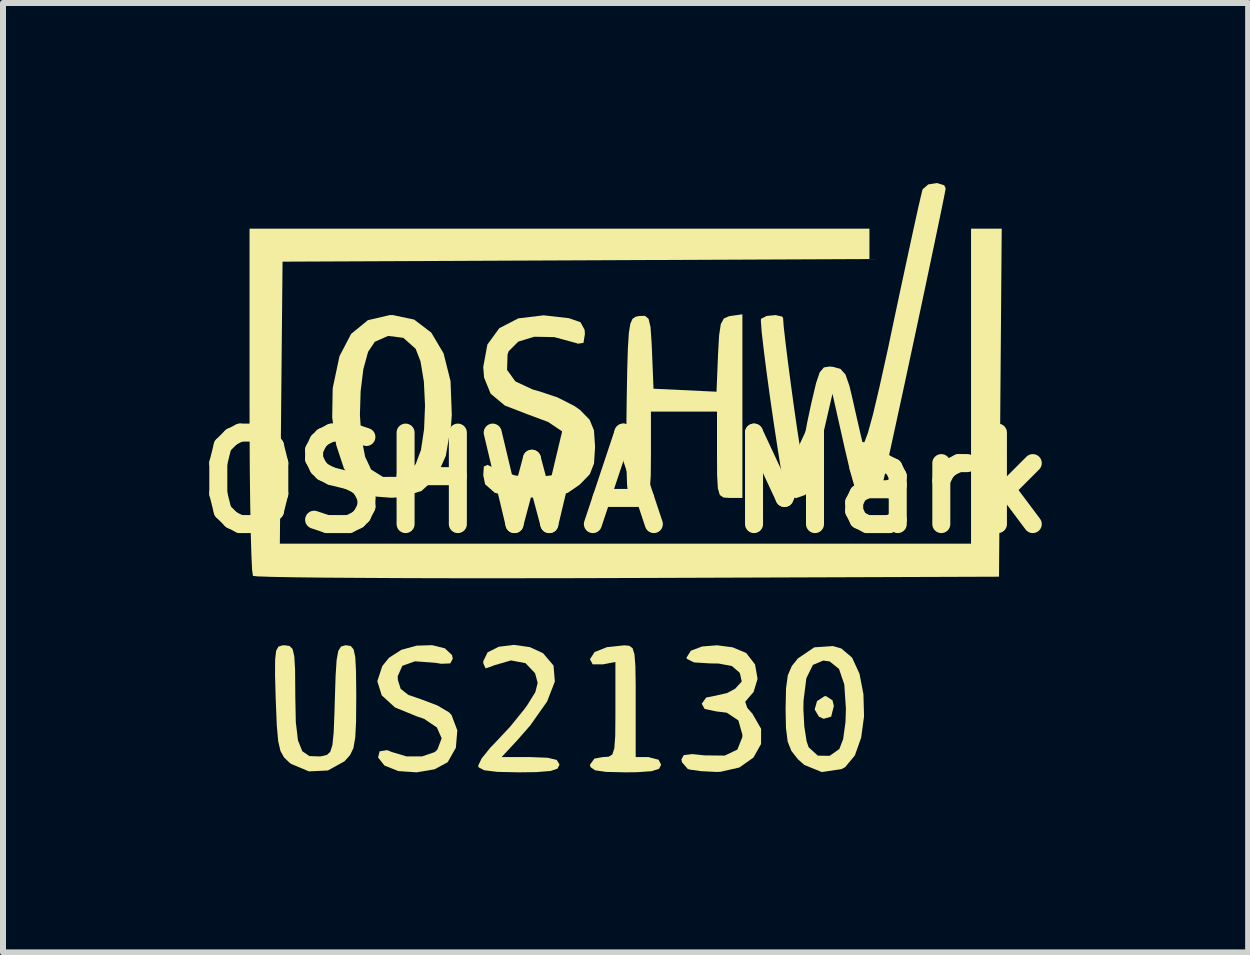
<source format=kicad_pcb>
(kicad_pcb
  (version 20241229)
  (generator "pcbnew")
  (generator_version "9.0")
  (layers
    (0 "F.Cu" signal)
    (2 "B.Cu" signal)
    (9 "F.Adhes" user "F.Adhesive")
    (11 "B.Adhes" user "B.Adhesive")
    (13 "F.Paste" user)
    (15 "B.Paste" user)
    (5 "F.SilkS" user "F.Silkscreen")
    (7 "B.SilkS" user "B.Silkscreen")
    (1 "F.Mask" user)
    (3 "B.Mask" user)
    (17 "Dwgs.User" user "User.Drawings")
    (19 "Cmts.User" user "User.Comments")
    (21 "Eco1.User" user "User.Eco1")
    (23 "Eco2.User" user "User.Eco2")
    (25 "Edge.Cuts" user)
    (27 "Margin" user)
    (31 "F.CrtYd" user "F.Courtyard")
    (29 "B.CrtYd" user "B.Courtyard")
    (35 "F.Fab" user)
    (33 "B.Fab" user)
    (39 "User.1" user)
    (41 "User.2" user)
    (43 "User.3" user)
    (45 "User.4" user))
  (footprint "OSHWA Mark"
    (layer "F.Cu")
    (at 7.373 4.993)
    (property "Reference" "OSHWA Mark" (at 0 0 0) (layer "F.SilkS") (effects (font (size 1.524 1.524) (thickness 0.3))))
    (attr board_only exclude_from_pos_files exclude_from_bom)
    (fp_poly (pts (xy 3.448 3.626) (xy 3.471 3.72) (xy 3.426 3.898) (xy 3.302 3.934) (xy 3.222 3.898) (xy 3.151 3.778) (xy 3.191 3.639) (xy 3.314 3.558) (xy 3.342 3.556)) (stroke (width 0) (type solid)) (fill yes) (layer "F.SilkS"))
    (fp_poly (pts (xy 4.064 -3.727) (xy -0.826 -3.705) (xy -5.715 -3.683) (xy -5.76 1.016) (xy 5.757 1.016) (xy 5.757 -4.233) (xy 6.268 -4.233) (xy 6.245 -1.333) (xy 6.223 1.566) (xy 0.036 1.588) (xy -0.973 1.591) (xy -1.932 1.592) (xy -2.828 1.592) (xy -3.647 1.59) (xy -4.377 1.586) (xy -5.004 1.582) (xy -5.513 1.576) (xy -5.893 1.569) (xy -6.129 1.561) (xy -6.208 1.553) (xy -6.222 1.457) (xy -6.234 1.213) (xy -6.245 0.839) (xy -6.254 0.356) (xy -6.261 -0.217) (xy -6.264 -0.859) (xy -6.265 -1.369) (xy -6.265 -4.233) (xy 4.064 -4.233)) (stroke (width 0) (type solid)) (fill yes) (layer "F.SilkS"))
    (fp_poly (pts (xy 0.062 2.717) (xy 0.117 2.757) (xy 0.149 2.861) (xy 0.164 3.056) (xy 0.169 3.374) (xy 0.169 3.641) (xy 0.169 4.572) (xy 0.381 4.572) (xy 0.551 4.616) (xy 0.593 4.699) (xy 0.558 4.768) (xy 0.432 4.807) (xy 0.186 4.824) (xy 0 4.826) (xy -0.322 4.819) (xy -0.506 4.792) (xy -0.584 4.739) (xy -0.593 4.699) (xy -0.519 4.597) (xy -0.381 4.572) (xy -0.282 4.566) (xy -0.22 4.528) (xy -0.187 4.425) (xy -0.172 4.225) (xy -0.169 3.897) (xy -0.169 3.779) (xy -0.169 2.987) (xy -0.381 3.027) (xy -0.548 3.026) (xy -0.593 2.941) (xy -0.515 2.821) (xy -0.305 2.739) (xy -0.021 2.71)) (stroke (width 0) (type solid)) (fill yes) (layer "F.SilkS"))
    (fp_poly (pts (xy -1.593 2.74) (xy -1.374 2.841) (xy -1.2 3.046) (xy -1.178 3.313) (xy -1.307 3.646) (xy -1.589 4.046) (xy -1.809 4.297) (xy -2.065 4.572) (xy -1.583 4.572) (xy -1.297 4.583) (xy -1.146 4.62) (xy -1.101 4.694) (xy -1.101 4.699) (xy -1.133 4.764) (xy -1.248 4.803) (xy -1.478 4.822) (xy -1.778 4.826) (xy -2.14 4.818) (xy -2.356 4.791) (xy -2.448 4.742) (xy -2.455 4.716) (xy -2.399 4.596) (xy -2.254 4.416) (xy -2.159 4.318) (xy -1.919 4.061) (xy -1.689 3.777) (xy -1.638 3.707) (xy -1.503 3.489) (xy -1.464 3.335) (xy -1.505 3.183) (xy -1.509 3.173) (xy -1.667 3.007) (xy -1.909 2.961) (xy -2.193 3.044) (xy -2.207 3.051) (xy -2.332 3.094) (xy -2.37 3.01) (xy -2.371 2.975) (xy -2.298 2.826) (xy -2.111 2.733) (xy -1.86 2.702)) (stroke (width 0) (type solid)) (fill yes) (layer "F.SilkS"))
    (fp_poly (pts (xy 3.595 2.762) (xy 3.775 2.915) (xy 3.898 3.183) (xy 3.964 3.524) (xy 3.974 3.894) (xy 3.926 4.248) (xy 3.821 4.545) (xy 3.659 4.74) (xy 3.595 4.773) (xy 3.269 4.821) (xy 2.979 4.703) (xy 2.872 4.608) (xy 2.763 4.469) (xy 2.701 4.312) (xy 2.673 4.084) (xy 2.667 3.768) (xy 2.963 3.768) (xy 2.979 4.063) (xy 3.017 4.309) (xy 3.051 4.408) (xy 3.204 4.548) (xy 3.401 4.551) (xy 3.562 4.438) (xy 3.626 4.272) (xy 3.665 3.986) (xy 3.672 3.768) (xy 3.645 3.362) (xy 3.557 3.103) (xy 3.403 2.979) (xy 3.295 2.963) (xy 3.122 3.036) (xy 3.013 3.257) (xy 2.966 3.63) (xy 2.963 3.768) (xy 2.667 3.768) (xy 2.674 3.429) (xy 2.704 3.209) (xy 2.77 3.055) (xy 2.872 2.928) (xy 3.145 2.743) (xy 3.457 2.722)) (stroke (width 0) (type solid)) (fill yes) (layer "F.SilkS"))
    (fp_poly (pts (xy -3.01 2.76) (xy -2.89 2.874) (xy -2.879 2.934) (xy -2.921 3.011) (xy -3.071 3.017) (xy -3.168 3.001) (xy -3.508 2.976) (xy -3.719 3.051) (xy -3.796 3.223) (xy -3.794 3.285) (xy -3.747 3.435) (xy -3.62 3.535) (xy -3.387 3.616) (xy -3.134 3.712) (xy -2.943 3.825) (xy -2.9 3.869) (xy -2.803 4.126) (xy -2.827 4.416) (xy -2.963 4.657) (xy -3.181 4.775) (xy -3.48 4.826) (xy -3.786 4.805) (xy -4.018 4.712) (xy -4.123 4.579) (xy -4.098 4.476) (xy -3.973 4.456) (xy -3.895 4.487) (xy -3.652 4.56) (xy -3.389 4.56) (xy -3.181 4.489) (xy -3.136 4.449) (xy -3.064 4.259) (xy -3.143 4.079) (xy -3.356 3.935) (xy -3.481 3.892) (xy -3.841 3.745) (xy -4.062 3.544) (xy -4.136 3.308) (xy -4.053 3.055) (xy -3.941 2.917) (xy -3.736 2.785) (xy -3.481 2.715) (xy -3.223 2.707)) (stroke (width 0) (type solid)) (fill yes) (layer "F.SilkS"))
    (fp_poly (pts (xy 1.947 0.254) (xy 1.736 0.254) (xy 1.633 0.247) (xy 1.571 0.205) (xy 1.538 0.094) (xy 1.526 -0.12) (xy 1.524 -0.466) (xy 1.524 -1.185) (xy 0.423 -1.185) (xy 0.423 -0.466) (xy 0.42 -0.116) (xy 0.406 0.098) (xy 0.372 0.208) (xy 0.311 0.249) (xy 0.251 0.254) (xy 0.092 0.207) (xy 0.037 0.145) (xy 0.025 0.027) (xy 0.017 -0.229) (xy 0.013 -0.593) (xy 0.015 -1.034) (xy 0.019 -1.358) (xy 0.028 -1.873) (xy 0.039 -2.242) (xy 0.055 -2.492) (xy 0.079 -2.646) (xy 0.115 -2.729) (xy 0.167 -2.765) (xy 0.229 -2.778) (xy 0.325 -2.78) (xy 0.384 -2.73) (xy 0.416 -2.594) (xy 0.434 -2.336) (xy 0.441 -2.186) (xy 0.466 -1.566) (xy 0.991 -1.541) (xy 1.516 -1.516) (xy 1.541 -2.134) (xy 1.559 -2.454) (xy 1.587 -2.642) (xy 1.638 -2.736) (xy 1.725 -2.774) (xy 1.757 -2.779) (xy 1.947 -2.806)) (stroke (width 0) (type solid)) (fill yes) (layer "F.SilkS"))
    (fp_poly (pts (xy -3.522 -2.718) (xy -3.237 -2.501) (xy -3.032 -2.155) (xy -2.916 -1.693) (xy -2.895 -1.13) (xy -2.908 -0.951) (xy -2.995 -0.447) (xy -3.155 -0.088) (xy -3.399 0.137) (xy -3.735 0.241) (xy -3.904 0.251) (xy -4.195 0.228) (xy -4.401 0.134) (xy -4.514 0.035) (xy -4.693 -0.24) (xy -4.822 -0.631) (xy -4.888 -1.087) (xy -4.887 -1.13) (xy -4.426 -1.13) (xy -4.401 -0.751) (xy -4.339 -0.432) (xy -4.239 -0.219) (xy -4.239 -0.219) (xy -4.041 -0.096) (xy -3.8 -0.098) (xy -3.577 -0.216) (xy -3.497 -0.309) (xy -3.409 -0.544) (xy -3.357 -0.889) (xy -3.341 -1.288) (xy -3.36 -1.683) (xy -3.416 -2.021) (xy -3.497 -2.231) (xy -3.703 -2.414) (xy -3.956 -2.446) (xy -4.178 -2.348) (xy -4.29 -2.18) (xy -4.369 -1.89) (xy -4.414 -1.525) (xy -4.426 -1.13) (xy -4.887 -1.13) (xy -4.88 -1.558) (xy -4.876 -1.591) (xy -4.766 -2.109) (xy -4.572 -2.48) (xy -4.293 -2.708) (xy -3.928 -2.793) (xy -3.882 -2.794)) (stroke (width 0) (type solid)) (fill yes) (layer "F.SilkS"))
    (fp_poly (pts (xy 1.784 2.743) (xy 2.003 2.834) (xy 2.013 2.841) (xy 2.158 3.028) (xy 2.2 3.268) (xy 2.133 3.489) (xy 2.072 3.558) (xy 1.994 3.65) (xy 2.028 3.751) (xy 2.114 3.849) (xy 2.259 4.1) (xy 2.258 4.354) (xy 2.131 4.58) (xy 1.897 4.745) (xy 1.576 4.818) (xy 1.507 4.819) (xy 1.256 4.806) (xy 1.071 4.78) (xy 1.037 4.77) (xy 0.94 4.658) (xy 0.931 4.609) (xy 0.971 4.539) (xy 1.114 4.522) (xy 1.311 4.543) (xy 1.653 4.547) (xy 1.863 4.447) (xy 1.946 4.24) (xy 1.947 4.198) (xy 1.88 3.961) (xy 1.686 3.832) (xy 1.507 3.81) (xy 1.318 3.77) (xy 1.27 3.683) (xy 1.343 3.58) (xy 1.465 3.556) (xy 1.692 3.505) (xy 1.825 3.434) (xy 1.936 3.313) (xy 1.907 3.18) (xy 1.894 3.159) (xy 1.772 3.055) (xy 1.55 3.013) (xy 1.407 3.011) (xy 1.14 2.994) (xy 1.021 2.935) (xy 1.016 2.914) (xy 1.089 2.799) (xy 1.276 2.729) (xy 1.524 2.709)) (stroke (width 0) (type solid)) (fill yes) (layer "F.SilkS"))
    (fp_poly (pts (xy -4.579 2.721) (xy -4.531 2.777) (xy -4.503 2.907) (xy -4.491 3.142) (xy -4.487 3.51) (xy -4.487 3.584) (xy -4.49 3.983) (xy -4.504 4.25) (xy -4.535 4.424) (xy -4.591 4.54) (xy -4.678 4.637) (xy -4.683 4.642) (xy -4.959 4.795) (xy -5.275 4.81) (xy -5.572 4.686) (xy -5.6 4.664) (xy -5.69 4.578) (xy -5.75 4.47) (xy -5.788 4.304) (xy -5.811 4.044) (xy -5.827 3.654) (xy -5.829 3.606) (xy -5.84 3.208) (xy -5.839 2.95) (xy -5.822 2.8) (xy -5.783 2.731) (xy -5.717 2.71) (xy -5.68 2.709) (xy -5.599 2.72) (xy -5.548 2.771) (xy -5.519 2.894) (xy -5.506 3.12) (xy -5.503 3.479) (xy -5.503 3.546) (xy -5.494 3.992) (xy -5.458 4.294) (xy -5.386 4.474) (xy -5.268 4.555) (xy -5.094 4.561) (xy -5.063 4.557) (xy -4.977 4.537) (xy -4.92 4.484) (xy -4.884 4.369) (xy -4.863 4.16) (xy -4.85 3.827) (xy -4.844 3.619) (xy -4.831 3.217) (xy -4.814 2.954) (xy -4.786 2.801) (xy -4.741 2.73) (xy -4.673 2.71) (xy -4.654 2.709)) (stroke (width 0) (type solid)) (fill yes) (layer "F.SilkS"))
    (fp_poly (pts (xy -0.942 -2.741) (xy -0.751 -2.674) (xy -0.682 -2.548) (xy -0.677 -2.478) (xy -0.701 -2.33) (xy -0.794 -2.316) (xy -0.826 -2.328) (xy -1.188 -2.426) (xy -1.521 -2.432) (xy -1.787 -2.351) (xy -1.947 -2.191) (xy -1.966 -2.137) (xy -1.974 -1.88) (xy -1.837 -1.689) (xy -1.547 -1.553) (xy -1.441 -1.524) (xy -1.133 -1.421) (xy -0.853 -1.279) (xy -0.757 -1.211) (xy -0.599 -1.05) (xy -0.526 -0.872) (xy -0.508 -0.603) (xy -0.508 -0.593) (xy -0.525 -0.321) (xy -0.595 -0.142) (xy -0.751 0.02) (xy -0.768 0.035) (xy -0.961 0.168) (xy -1.17 0.233) (xy -1.467 0.249) (xy -1.509 0.249) (xy -1.813 0.232) (xy -2.072 0.196) (xy -2.18 0.167) (xy -2.34 0.026) (xy -2.371 -0.126) (xy -2.361 -0.269) (xy -2.302 -0.297) (xy -2.146 -0.227) (xy -2.121 -0.214) (xy -1.838 -0.12) (xy -1.52 -0.089) (xy -1.234 -0.122) (xy -1.083 -0.191) (xy -0.905 -0.403) (xy -0.887 -0.621) (xy -1.019 -0.83) (xy -1.292 -1.013) (xy -1.626 -1.137) (xy -2.01 -1.285) (xy -2.247 -1.482) (xy -2.357 -1.751) (xy -2.371 -1.929) (xy -2.302 -2.302) (xy -2.104 -2.574) (xy -1.788 -2.738) (xy -1.366 -2.789)) (stroke (width 0) (type solid)) (fill yes) (layer "F.SilkS"))
    (fp_poly (pts (xy 5.31 -4.956) (xy 5.334 -4.905) (xy 5.317 -4.809) (xy 5.269 -4.572) (xy 5.196 -4.22) (xy 5.103 -3.776) (xy 4.996 -3.268) (xy 4.879 -2.718) (xy 4.758 -2.153) (xy 4.639 -1.597) (xy 4.526 -1.076) (xy 4.425 -0.613) (xy 4.342 -0.234) (xy 4.281 0.035) (xy 4.275 0.064) (xy 4.173 0.222) (xy 4.034 0.254) (xy 3.943 0.241) (xy 3.873 0.181) (xy 3.81 0.047) (xy 3.742 -0.192) (xy 3.654 -0.565) (xy 3.643 -0.614) (xy 3.448 -1.482) (xy 3.291 -0.804) (xy 3.211 -0.462) (xy 3.142 -0.163) (xy 3.095 0.038) (xy 3.089 0.064) (xy 2.995 0.203) (xy 2.844 0.257) (xy 2.707 0.211) (xy 2.665 0.148) (xy 2.633 0.01) (xy 2.585 -0.252) (xy 2.529 -0.604) (xy 2.467 -1.011) (xy 2.405 -1.44) (xy 2.348 -1.857) (xy 2.301 -2.228) (xy 2.268 -2.518) (xy 2.255 -2.694) (xy 2.257 -2.731) (xy 2.353 -2.779) (xy 2.5 -2.793) (xy 2.61 -2.768) (xy 2.625 -2.744) (xy 2.635 -2.605) (xy 2.664 -2.35) (xy 2.705 -2.018) (xy 2.754 -1.646) (xy 2.805 -1.273) (xy 2.853 -0.938) (xy 2.893 -0.679) (xy 2.92 -0.535) (xy 2.926 -0.517) (xy 2.958 -0.55) (xy 2.963 -0.611) (xy 2.981 -0.754) (xy 3.028 -1.009) (xy 3.095 -1.323) (xy 3.101 -1.349) (xy 3.175 -1.661) (xy 3.236 -1.84) (xy 3.305 -1.921) (xy 3.401 -1.936) (xy 3.454 -1.931) (xy 3.58 -1.897) (xy 3.664 -1.804) (xy 3.731 -1.612) (xy 3.782 -1.397) (xy 3.852 -1.086) (xy 3.915 -0.812) (xy 3.947 -0.677) (xy 3.98 -0.675) (xy 4.038 -0.828) (xy 4.123 -1.138) (xy 4.234 -1.607) (xy 4.374 -2.24) (xy 4.455 -2.625) (xy 4.579 -3.21) (xy 4.694 -3.744) (xy 4.793 -4.202) (xy 4.872 -4.561) (xy 4.927 -4.799) (xy 4.95 -4.889) (xy 5.044 -4.97) (xy 5.191 -4.993)) (stroke (width 0) (type solid)) (fill yes) (layer "F.SilkS")))
  (gr_rect
    (start -3 -3)
    (end 17.747 12.819)
    (stroke (width 0.1) (type default))
    (fill no)
    (layer "Edge.Cuts")))
</source>
